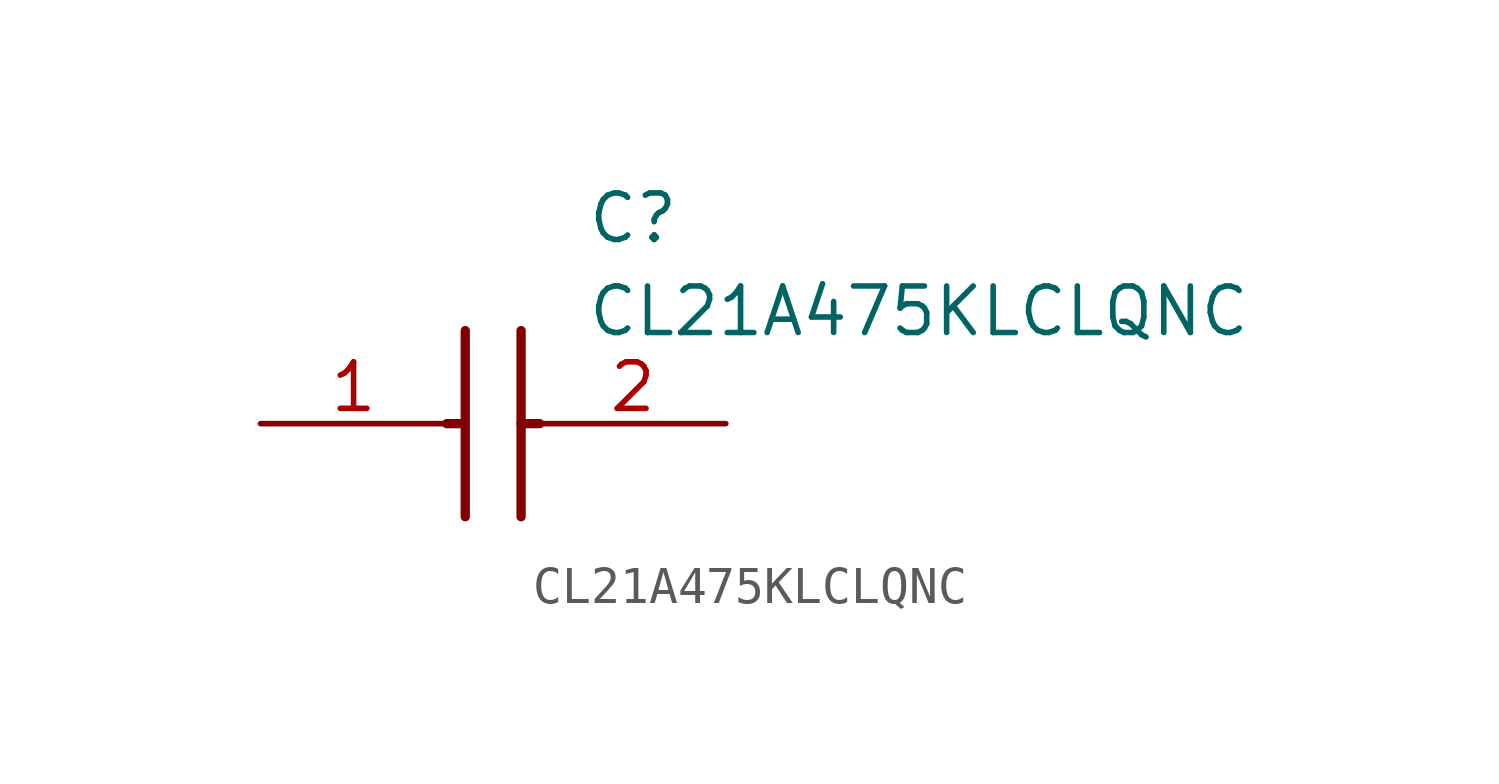
<source format=kicad_sym>
(kicad_symbol_lib
  (version 20211014)
  (generator SamacSys_ECAD_Model)
  (symbol "CL21A475KLCLQNC"
    (pin_names hide)
    (property "Reference" "C"
      (at 8.89 6.35 0)
      (effects (font (size 1.27 1.27)) (justify left top)))
    (property "Value" "CL21A475KLCLQNC"
      (at 8.89 3.81 0)
      (effects (font (size 1.27 1.27)) (justify left top)))
    (polyline
      (pts (xy 5.588 2.54) (xy 5.588 -2.54))
      (stroke (width 0.254) (type default))
      (fill (type none)))
    (polyline
      (pts (xy 7.112 2.54) (xy 7.112 -2.54))
      (stroke (width 0.254) (type default))
      (fill (type none)))
    (polyline
      (pts (xy 5.08 0) (xy 5.588 0))
      (stroke (width 0.254) (type default))
      (fill (type none)))
    (polyline
      (pts (xy 7.112 0) (xy 7.62 0))
      (stroke (width 0.254) (type default))
      (fill (type none)))
    (pin passive line
      (at 0 0 0)
      (length 5.08)
      (name "1" (effects (font (size 1.27 1.27))))
      (number "1" (effects (font (size 1.27 1.27)))))
    (pin passive line
      (at 12.7 0 180)
      (length 5.08)
      (name "2" (effects (font (size 1.27 1.27))))
      (number "2" (effects (font (size 1.27 1.27)))))))
</source>
